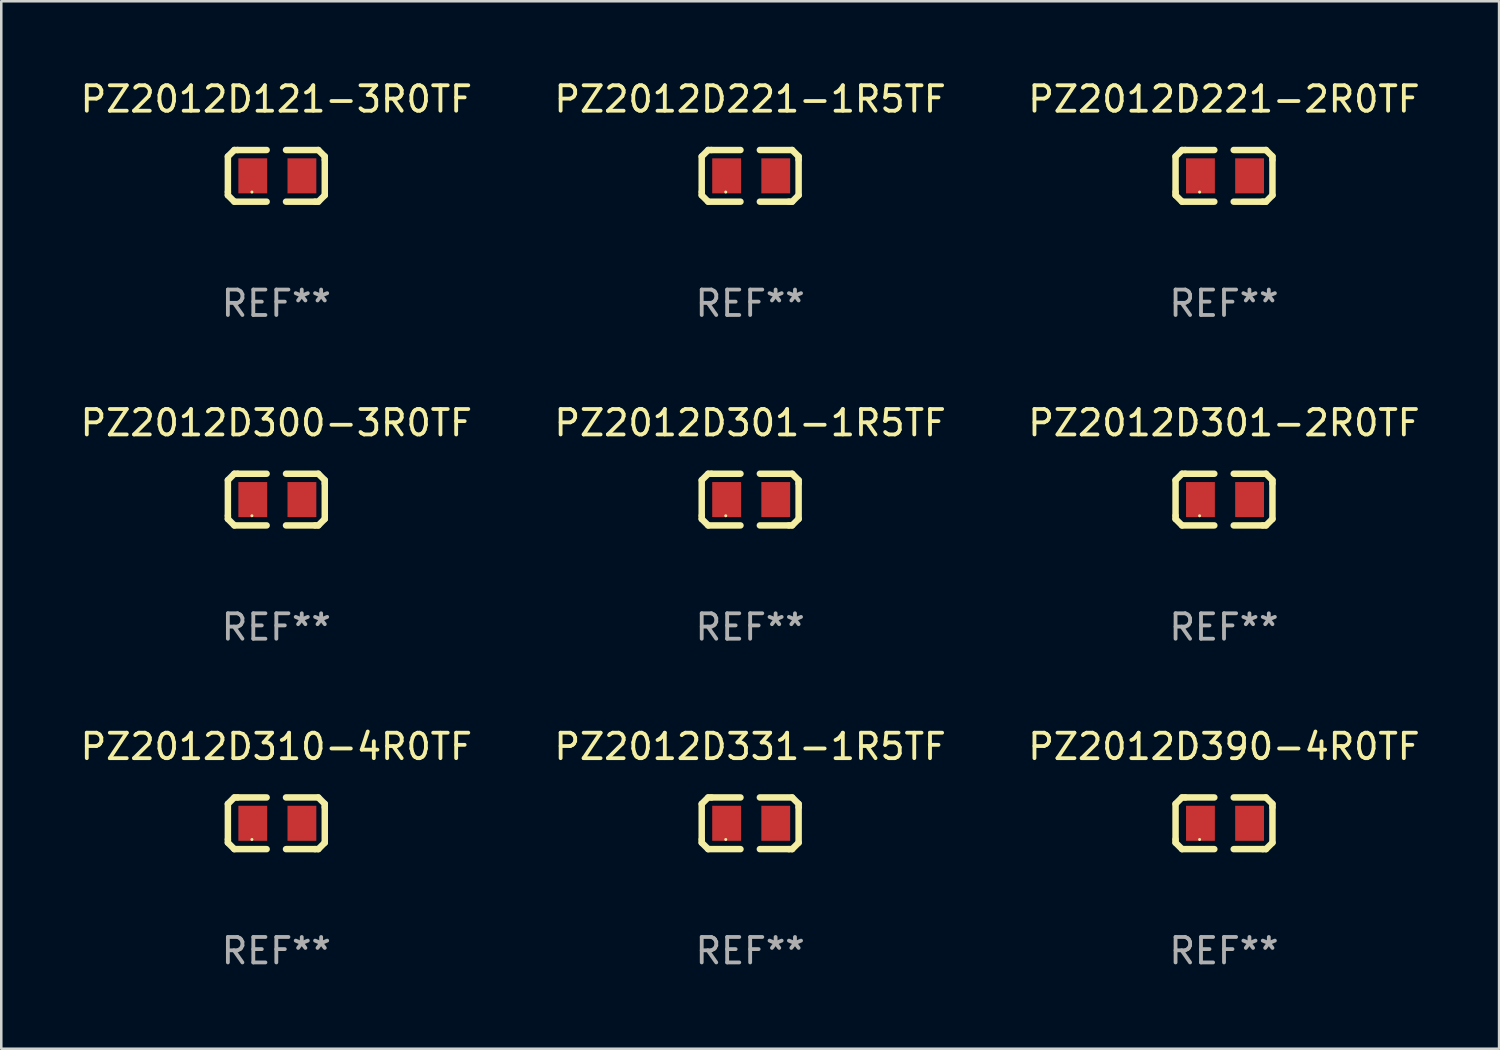
<source format=kicad_pcb>
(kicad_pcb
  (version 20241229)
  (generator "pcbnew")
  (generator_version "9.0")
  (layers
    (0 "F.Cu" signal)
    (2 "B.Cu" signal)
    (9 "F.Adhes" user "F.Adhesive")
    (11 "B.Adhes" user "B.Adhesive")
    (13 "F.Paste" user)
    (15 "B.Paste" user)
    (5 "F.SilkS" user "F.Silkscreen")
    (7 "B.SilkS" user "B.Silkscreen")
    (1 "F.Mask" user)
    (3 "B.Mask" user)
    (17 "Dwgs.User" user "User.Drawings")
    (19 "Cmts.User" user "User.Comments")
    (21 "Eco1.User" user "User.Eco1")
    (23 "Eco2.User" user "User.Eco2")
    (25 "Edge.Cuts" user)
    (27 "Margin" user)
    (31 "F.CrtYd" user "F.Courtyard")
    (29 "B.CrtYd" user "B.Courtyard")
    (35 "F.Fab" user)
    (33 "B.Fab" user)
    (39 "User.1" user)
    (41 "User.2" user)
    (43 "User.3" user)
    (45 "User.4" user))
  (footprint "PZ2012D331-1R5TF"
    (layer "F.Cu")
    (at 26.446 29.321)
    (property "Reference" "PZ2012D331-1R5TF" (at 0 -3.016 0) (layer "F.SilkS") (effects (font (size 1 1) (thickness 0.15))))
    (attr through_hole)
    (fp_line (start -1.905 -0.762) (end -1.905 0.635) (stroke (width 0.254) (type solid)) (layer "F.SilkS"))
    (fp_line (start -1.905 0.635) (end -1.905 0.762) (stroke (width 0.254) (type solid)) (layer "F.SilkS"))
    (fp_line (start -1.905 0.762) (end -1.651 1.016) (stroke (width 0.254) (type solid)) (layer "F.SilkS"))
    (fp_line (start -1.651 -1.016) (end -1.905 -0.762) (stroke (width 0.254) (type solid)) (layer "F.SilkS"))
    (fp_line (start -1.651 1.016) (end -0.381 1.016) (stroke (width 0.254) (type solid)) (layer "F.SilkS"))
    (fp_line (start -1.524 -1.016) (end -1.651 -1.016) (stroke (width 0.254) (type solid)) (layer "F.SilkS"))
    (fp_line (start -0.381 -1.016) (end -1.524 -1.016) (stroke (width 0.254) (type solid)) (layer "F.SilkS"))
    (fp_line (start 0.381 1.016) (end 1.524 1.016) (stroke (width 0.254) (type solid)) (layer "F.SilkS"))
    (fp_line (start 1.524 1.016) (end 1.651 1.016) (stroke (width 0.254) (type solid)) (layer "F.SilkS"))
    (fp_line (start 1.651 -1.016) (end 0.381 -1.016) (stroke (width 0.254) (type solid)) (layer "F.SilkS"))
    (fp_line (start 1.651 1.016) (end 1.905 0.762) (stroke (width 0.254) (type solid)) (layer "F.SilkS"))
    (fp_line (start 1.905 -0.762) (end 1.651 -1.016) (stroke (width 0.254) (type solid)) (layer "F.SilkS"))
    (fp_line (start 1.905 -0.635) (end 1.905 -0.762) (stroke (width 0.254) (type solid)) (layer "F.SilkS"))
    (fp_line (start 1.905 0.762) (end 1.905 -0.635) (stroke (width 0.254) (type solid)) (layer "F.SilkS"))
    (fp_circle (center -0.96 0.637) (end -0.93 0.637) (stroke (width 0.06) (type solid)) (fill no) (layer "F.SilkS"))
    (fp_text user "REF**" (at 0 5.016 0) (layer "F.Fab") (effects (font (size 1 1) (thickness 0.15))))
    (pad "1" smd rect (at -0.926 -0.000051) (size 1.133 1.377) (layers "F.Cu" "F.Mask" "F.Paste"))
    (pad "2" smd rect (at 1.006 -0.000051) (size 1.133 1.377) (layers "F.Cu" "F.Mask" "F.Paste")))
  (footprint "PZ2012D121-3R0TF"
    (layer "F.Cu")
    (at 7.815 3.864)
    (property "Reference" "PZ2012D121-3R0TF" (at 0 -3.016 0) (layer "F.SilkS") (effects (font (size 1 1) (thickness 0.15))))
    (attr through_hole)
    (fp_line (start -1.905 -0.762) (end -1.905 0.635) (stroke (width 0.254) (type solid)) (layer "F.SilkS"))
    (fp_line (start -1.905 0.635) (end -1.905 0.762) (stroke (width 0.254) (type solid)) (layer "F.SilkS"))
    (fp_line (start -1.905 0.762) (end -1.651 1.016) (stroke (width 0.254) (type solid)) (layer "F.SilkS"))
    (fp_line (start -1.651 -1.016) (end -1.905 -0.762) (stroke (width 0.254) (type solid)) (layer "F.SilkS"))
    (fp_line (start -1.651 1.016) (end -0.381 1.016) (stroke (width 0.254) (type solid)) (layer "F.SilkS"))
    (fp_line (start -1.524 -1.016) (end -1.651 -1.016) (stroke (width 0.254) (type solid)) (layer "F.SilkS"))
    (fp_line (start -0.381 -1.016) (end -1.524 -1.016) (stroke (width 0.254) (type solid)) (layer "F.SilkS"))
    (fp_line (start 0.381 1.016) (end 1.524 1.016) (stroke (width 0.254) (type solid)) (layer "F.SilkS"))
    (fp_line (start 1.524 1.016) (end 1.651 1.016) (stroke (width 0.254) (type solid)) (layer "F.SilkS"))
    (fp_line (start 1.651 -1.016) (end 0.381 -1.016) (stroke (width 0.254) (type solid)) (layer "F.SilkS"))
    (fp_line (start 1.651 1.016) (end 1.905 0.762) (stroke (width 0.254) (type solid)) (layer "F.SilkS"))
    (fp_line (start 1.905 -0.762) (end 1.651 -1.016) (stroke (width 0.254) (type solid)) (layer "F.SilkS"))
    (fp_line (start 1.905 -0.635) (end 1.905 -0.762) (stroke (width 0.254) (type solid)) (layer "F.SilkS"))
    (fp_line (start 1.905 0.762) (end 1.905 -0.635) (stroke (width 0.254) (type solid)) (layer "F.SilkS"))
    (fp_circle (center -0.96 0.637) (end -0.93 0.637) (stroke (width 0.06) (type solid)) (fill no) (layer "F.SilkS"))
    (fp_text user "REF**" (at 0 5.016 0) (layer "F.Fab") (effects (font (size 1 1) (thickness 0.15))))
    (pad "1" smd rect (at -0.926 -0.000051) (size 1.133 1.377) (layers "F.Cu" "F.Mask" "F.Paste"))
    (pad "2" smd rect (at 1.006 -0.000051) (size 1.133 1.377) (layers "F.Cu" "F.Mask" "F.Paste")))
  (footprint "PZ2012D310-4R0TF"
    (layer "F.Cu")
    (at 7.815 29.321)
    (property "Reference" "PZ2012D310-4R0TF" (at 0 -3.016 0) (layer "F.SilkS") (effects (font (size 1 1) (thickness 0.15))))
    (attr through_hole)
    (fp_line (start -1.905 -0.762) (end -1.905 0.635) (stroke (width 0.254) (type solid)) (layer "F.SilkS"))
    (fp_line (start -1.905 0.635) (end -1.905 0.762) (stroke (width 0.254) (type solid)) (layer "F.SilkS"))
    (fp_line (start -1.905 0.762) (end -1.651 1.016) (stroke (width 0.254) (type solid)) (layer "F.SilkS"))
    (fp_line (start -1.651 -1.016) (end -1.905 -0.762) (stroke (width 0.254) (type solid)) (layer "F.SilkS"))
    (fp_line (start -1.651 1.016) (end -0.381 1.016) (stroke (width 0.254) (type solid)) (layer "F.SilkS"))
    (fp_line (start -1.524 -1.016) (end -1.651 -1.016) (stroke (width 0.254) (type solid)) (layer "F.SilkS"))
    (fp_line (start -0.381 -1.016) (end -1.524 -1.016) (stroke (width 0.254) (type solid)) (layer "F.SilkS"))
    (fp_line (start 0.381 1.016) (end 1.524 1.016) (stroke (width 0.254) (type solid)) (layer "F.SilkS"))
    (fp_line (start 1.524 1.016) (end 1.651 1.016) (stroke (width 0.254) (type solid)) (layer "F.SilkS"))
    (fp_line (start 1.651 -1.016) (end 0.381 -1.016) (stroke (width 0.254) (type solid)) (layer "F.SilkS"))
    (fp_line (start 1.651 1.016) (end 1.905 0.762) (stroke (width 0.254) (type solid)) (layer "F.SilkS"))
    (fp_line (start 1.905 -0.762) (end 1.651 -1.016) (stroke (width 0.254) (type solid)) (layer "F.SilkS"))
    (fp_line (start 1.905 -0.635) (end 1.905 -0.762) (stroke (width 0.254) (type solid)) (layer "F.SilkS"))
    (fp_line (start 1.905 0.762) (end 1.905 -0.635) (stroke (width 0.254) (type solid)) (layer "F.SilkS"))
    (fp_circle (center -0.96 0.637) (end -0.93 0.637) (stroke (width 0.06) (type solid)) (fill no) (layer "F.SilkS"))
    (fp_text user "REF**" (at 0 5.016 0) (layer "F.Fab") (effects (font (size 1 1) (thickness 0.15))))
    (pad "1" smd rect (at -0.926 -0.000051) (size 1.133 1.377) (layers "F.Cu" "F.Mask" "F.Paste"))
    (pad "2" smd rect (at 1.006 -0.000051) (size 1.133 1.377) (layers "F.Cu" "F.Mask" "F.Paste")))
  (footprint "PZ2012D390-4R0TF"
    (layer "F.Cu")
    (at 45.077 29.321)
    (property "Reference" "PZ2012D390-4R0TF" (at 0 -3.016 0) (layer "F.SilkS") (effects (font (size 1 1) (thickness 0.15))))
    (attr through_hole)
    (fp_line (start -1.905 -0.762) (end -1.905 0.635) (stroke (width 0.254) (type solid)) (layer "F.SilkS"))
    (fp_line (start -1.905 0.635) (end -1.905 0.762) (stroke (width 0.254) (type solid)) (layer "F.SilkS"))
    (fp_line (start -1.905 0.762) (end -1.651 1.016) (stroke (width 0.254) (type solid)) (layer "F.SilkS"))
    (fp_line (start -1.651 -1.016) (end -1.905 -0.762) (stroke (width 0.254) (type solid)) (layer "F.SilkS"))
    (fp_line (start -1.651 1.016) (end -0.381 1.016) (stroke (width 0.254) (type solid)) (layer "F.SilkS"))
    (fp_line (start -1.524 -1.016) (end -1.651 -1.016) (stroke (width 0.254) (type solid)) (layer "F.SilkS"))
    (fp_line (start -0.381 -1.016) (end -1.524 -1.016) (stroke (width 0.254) (type solid)) (layer "F.SilkS"))
    (fp_line (start 0.381 1.016) (end 1.524 1.016) (stroke (width 0.254) (type solid)) (layer "F.SilkS"))
    (fp_line (start 1.524 1.016) (end 1.651 1.016) (stroke (width 0.254) (type solid)) (layer "F.SilkS"))
    (fp_line (start 1.651 -1.016) (end 0.381 -1.016) (stroke (width 0.254) (type solid)) (layer "F.SilkS"))
    (fp_line (start 1.651 1.016) (end 1.905 0.762) (stroke (width 0.254) (type solid)) (layer "F.SilkS"))
    (fp_line (start 1.905 -0.762) (end 1.651 -1.016) (stroke (width 0.254) (type solid)) (layer "F.SilkS"))
    (fp_line (start 1.905 -0.635) (end 1.905 -0.762) (stroke (width 0.254) (type solid)) (layer "F.SilkS"))
    (fp_line (start 1.905 0.762) (end 1.905 -0.635) (stroke (width 0.254) (type solid)) (layer "F.SilkS"))
    (fp_circle (center -0.96 0.637) (end -0.93 0.637) (stroke (width 0.06) (type solid)) (fill no) (layer "F.SilkS"))
    (fp_text user "REF**" (at 0 5.016 0) (layer "F.Fab") (effects (font (size 1 1) (thickness 0.15))))
    (pad "1" smd rect (at -0.926 -0.000051) (size 1.133 1.377) (layers "F.Cu" "F.Mask" "F.Paste"))
    (pad "2" smd rect (at 1.006 -0.000051) (size 1.133 1.377) (layers "F.Cu" "F.Mask" "F.Paste")))
  (footprint "PZ2012D301-2R0TF"
    (layer "F.Cu")
    (at 45.077 16.593)
    (property "Reference" "PZ2012D301-2R0TF" (at 0 -3.016 0) (layer "F.SilkS") (effects (font (size 1 1) (thickness 0.15))))
    (attr through_hole)
    (fp_line (start -1.905 -0.762) (end -1.905 0.635) (stroke (width 0.254) (type solid)) (layer "F.SilkS"))
    (fp_line (start -1.905 0.635) (end -1.905 0.762) (stroke (width 0.254) (type solid)) (layer "F.SilkS"))
    (fp_line (start -1.905 0.762) (end -1.651 1.016) (stroke (width 0.254) (type solid)) (layer "F.SilkS"))
    (fp_line (start -1.651 -1.016) (end -1.905 -0.762) (stroke (width 0.254) (type solid)) (layer "F.SilkS"))
    (fp_line (start -1.651 1.016) (end -0.381 1.016) (stroke (width 0.254) (type solid)) (layer "F.SilkS"))
    (fp_line (start -1.524 -1.016) (end -1.651 -1.016) (stroke (width 0.254) (type solid)) (layer "F.SilkS"))
    (fp_line (start -0.381 -1.016) (end -1.524 -1.016) (stroke (width 0.254) (type solid)) (layer "F.SilkS"))
    (fp_line (start 0.381 1.016) (end 1.524 1.016) (stroke (width 0.254) (type solid)) (layer "F.SilkS"))
    (fp_line (start 1.524 1.016) (end 1.651 1.016) (stroke (width 0.254) (type solid)) (layer "F.SilkS"))
    (fp_line (start 1.651 -1.016) (end 0.381 -1.016) (stroke (width 0.254) (type solid)) (layer "F.SilkS"))
    (fp_line (start 1.651 1.016) (end 1.905 0.762) (stroke (width 0.254) (type solid)) (layer "F.SilkS"))
    (fp_line (start 1.905 -0.762) (end 1.651 -1.016) (stroke (width 0.254) (type solid)) (layer "F.SilkS"))
    (fp_line (start 1.905 -0.635) (end 1.905 -0.762) (stroke (width 0.254) (type solid)) (layer "F.SilkS"))
    (fp_line (start 1.905 0.762) (end 1.905 -0.635) (stroke (width 0.254) (type solid)) (layer "F.SilkS"))
    (fp_circle (center -0.96 0.637) (end -0.93 0.637) (stroke (width 0.06) (type solid)) (fill no) (layer "F.SilkS"))
    (fp_text user "REF**" (at 0 5.016 0) (layer "F.Fab") (effects (font (size 1 1) (thickness 0.15))))
    (pad "1" smd rect (at -0.926 -0.000051) (size 1.133 1.377) (layers "F.Cu" "F.Mask" "F.Paste"))
    (pad "2" smd rect (at 1.006 -0.000051) (size 1.133 1.377) (layers "F.Cu" "F.Mask" "F.Paste")))
  (footprint "PZ2012D300-3R0TF"
    (layer "F.Cu")
    (at 7.815 16.593)
    (property "Reference" "PZ2012D300-3R0TF" (at 0 -3.016 0) (layer "F.SilkS") (effects (font (size 1 1) (thickness 0.15))))
    (attr through_hole)
    (fp_line (start -1.905 -0.762) (end -1.905 0.635) (stroke (width 0.254) (type solid)) (layer "F.SilkS"))
    (fp_line (start -1.905 0.635) (end -1.905 0.762) (stroke (width 0.254) (type solid)) (layer "F.SilkS"))
    (fp_line (start -1.905 0.762) (end -1.651 1.016) (stroke (width 0.254) (type solid)) (layer "F.SilkS"))
    (fp_line (start -1.651 -1.016) (end -1.905 -0.762) (stroke (width 0.254) (type solid)) (layer "F.SilkS"))
    (fp_line (start -1.651 1.016) (end -0.381 1.016) (stroke (width 0.254) (type solid)) (layer "F.SilkS"))
    (fp_line (start -1.524 -1.016) (end -1.651 -1.016) (stroke (width 0.254) (type solid)) (layer "F.SilkS"))
    (fp_line (start -0.381 -1.016) (end -1.524 -1.016) (stroke (width 0.254) (type solid)) (layer "F.SilkS"))
    (fp_line (start 0.381 1.016) (end 1.524 1.016) (stroke (width 0.254) (type solid)) (layer "F.SilkS"))
    (fp_line (start 1.524 1.016) (end 1.651 1.016) (stroke (width 0.254) (type solid)) (layer "F.SilkS"))
    (fp_line (start 1.651 -1.016) (end 0.381 -1.016) (stroke (width 0.254) (type solid)) (layer "F.SilkS"))
    (fp_line (start 1.651 1.016) (end 1.905 0.762) (stroke (width 0.254) (type solid)) (layer "F.SilkS"))
    (fp_line (start 1.905 -0.762) (end 1.651 -1.016) (stroke (width 0.254) (type solid)) (layer "F.SilkS"))
    (fp_line (start 1.905 -0.635) (end 1.905 -0.762) (stroke (width 0.254) (type solid)) (layer "F.SilkS"))
    (fp_line (start 1.905 0.762) (end 1.905 -0.635) (stroke (width 0.254) (type solid)) (layer "F.SilkS"))
    (fp_circle (center -0.96 0.637) (end -0.93 0.637) (stroke (width 0.06) (type solid)) (fill no) (layer "F.SilkS"))
    (fp_text user "REF**" (at 0 5.016 0) (layer "F.Fab") (effects (font (size 1 1) (thickness 0.15))))
    (pad "1" smd rect (at -0.926 -0.000051) (size 1.133 1.377) (layers "F.Cu" "F.Mask" "F.Paste"))
    (pad "2" smd rect (at 1.006 -0.000051) (size 1.133 1.377) (layers "F.Cu" "F.Mask" "F.Paste")))
  (footprint "PZ2012D221-1R5TF"
    (layer "F.Cu")
    (at 26.446 3.864)
    (property "Reference" "PZ2012D221-1R5TF" (at 0 -3.016 0) (layer "F.SilkS") (effects (font (size 1 1) (thickness 0.15))))
    (attr through_hole)
    (fp_line (start -1.905 -0.762) (end -1.905 0.635) (stroke (width 0.254) (type solid)) (layer "F.SilkS"))
    (fp_line (start -1.905 0.635) (end -1.905 0.762) (stroke (width 0.254) (type solid)) (layer "F.SilkS"))
    (fp_line (start -1.905 0.762) (end -1.651 1.016) (stroke (width 0.254) (type solid)) (layer "F.SilkS"))
    (fp_line (start -1.651 -1.016) (end -1.905 -0.762) (stroke (width 0.254) (type solid)) (layer "F.SilkS"))
    (fp_line (start -1.651 1.016) (end -0.381 1.016) (stroke (width 0.254) (type solid)) (layer "F.SilkS"))
    (fp_line (start -1.524 -1.016) (end -1.651 -1.016) (stroke (width 0.254) (type solid)) (layer "F.SilkS"))
    (fp_line (start -0.381 -1.016) (end -1.524 -1.016) (stroke (width 0.254) (type solid)) (layer "F.SilkS"))
    (fp_line (start 0.381 1.016) (end 1.524 1.016) (stroke (width 0.254) (type solid)) (layer "F.SilkS"))
    (fp_line (start 1.524 1.016) (end 1.651 1.016) (stroke (width 0.254) (type solid)) (layer "F.SilkS"))
    (fp_line (start 1.651 -1.016) (end 0.381 -1.016) (stroke (width 0.254) (type solid)) (layer "F.SilkS"))
    (fp_line (start 1.651 1.016) (end 1.905 0.762) (stroke (width 0.254) (type solid)) (layer "F.SilkS"))
    (fp_line (start 1.905 -0.762) (end 1.651 -1.016) (stroke (width 0.254) (type solid)) (layer "F.SilkS"))
    (fp_line (start 1.905 -0.635) (end 1.905 -0.762) (stroke (width 0.254) (type solid)) (layer "F.SilkS"))
    (fp_line (start 1.905 0.762) (end 1.905 -0.635) (stroke (width 0.254) (type solid)) (layer "F.SilkS"))
    (fp_circle (center -0.96 0.637) (end -0.93 0.637) (stroke (width 0.06) (type solid)) (fill no) (layer "F.SilkS"))
    (fp_text user "REF**" (at 0 5.016 0) (layer "F.Fab") (effects (font (size 1 1) (thickness 0.15))))
    (pad "1" smd rect (at -0.926 -0.000051) (size 1.133 1.377) (layers "F.Cu" "F.Mask" "F.Paste"))
    (pad "2" smd rect (at 1.006 -0.000051) (size 1.133 1.377) (layers "F.Cu" "F.Mask" "F.Paste")))
  (footprint "PZ2012D301-1R5TF"
    (layer "F.Cu")
    (at 26.446 16.593)
    (property "Reference" "PZ2012D301-1R5TF" (at 0 -3.016 0) (layer "F.SilkS") (effects (font (size 1 1) (thickness 0.15))))
    (attr through_hole)
    (fp_line (start -1.905 -0.762) (end -1.905 0.635) (stroke (width 0.254) (type solid)) (layer "F.SilkS"))
    (fp_line (start -1.905 0.635) (end -1.905 0.762) (stroke (width 0.254) (type solid)) (layer "F.SilkS"))
    (fp_line (start -1.905 0.762) (end -1.651 1.016) (stroke (width 0.254) (type solid)) (layer "F.SilkS"))
    (fp_line (start -1.651 -1.016) (end -1.905 -0.762) (stroke (width 0.254) (type solid)) (layer "F.SilkS"))
    (fp_line (start -1.651 1.016) (end -0.381 1.016) (stroke (width 0.254) (type solid)) (layer "F.SilkS"))
    (fp_line (start -1.524 -1.016) (end -1.651 -1.016) (stroke (width 0.254) (type solid)) (layer "F.SilkS"))
    (fp_line (start -0.381 -1.016) (end -1.524 -1.016) (stroke (width 0.254) (type solid)) (layer "F.SilkS"))
    (fp_line (start 0.381 1.016) (end 1.524 1.016) (stroke (width 0.254) (type solid)) (layer "F.SilkS"))
    (fp_line (start 1.524 1.016) (end 1.651 1.016) (stroke (width 0.254) (type solid)) (layer "F.SilkS"))
    (fp_line (start 1.651 -1.016) (end 0.381 -1.016) (stroke (width 0.254) (type solid)) (layer "F.SilkS"))
    (fp_line (start 1.651 1.016) (end 1.905 0.762) (stroke (width 0.254) (type solid)) (layer "F.SilkS"))
    (fp_line (start 1.905 -0.762) (end 1.651 -1.016) (stroke (width 0.254) (type solid)) (layer "F.SilkS"))
    (fp_line (start 1.905 -0.635) (end 1.905 -0.762) (stroke (width 0.254) (type solid)) (layer "F.SilkS"))
    (fp_line (start 1.905 0.762) (end 1.905 -0.635) (stroke (width 0.254) (type solid)) (layer "F.SilkS"))
    (fp_circle (center -0.96 0.637) (end -0.93 0.637) (stroke (width 0.06) (type solid)) (fill no) (layer "F.SilkS"))
    (fp_text user "REF**" (at 0 5.016 0) (layer "F.Fab") (effects (font (size 1 1) (thickness 0.15))))
    (pad "1" smd rect (at -0.926 -0.000051) (size 1.133 1.377) (layers "F.Cu" "F.Mask" "F.Paste"))
    (pad "2" smd rect (at 1.006 -0.000051) (size 1.133 1.377) (layers "F.Cu" "F.Mask" "F.Paste")))
  (footprint "PZ2012D221-2R0TF"
    (layer "F.Cu")
    (at 45.077 3.864)
    (property "Reference" "PZ2012D221-2R0TF" (at 0 -3.016 0) (layer "F.SilkS") (effects (font (size 1 1) (thickness 0.15))))
    (attr through_hole)
    (fp_line (start -1.905 -0.762) (end -1.905 0.635) (stroke (width 0.254) (type solid)) (layer "F.SilkS"))
    (fp_line (start -1.905 0.635) (end -1.905 0.762) (stroke (width 0.254) (type solid)) (layer "F.SilkS"))
    (fp_line (start -1.905 0.762) (end -1.651 1.016) (stroke (width 0.254) (type solid)) (layer "F.SilkS"))
    (fp_line (start -1.651 -1.016) (end -1.905 -0.762) (stroke (width 0.254) (type solid)) (layer "F.SilkS"))
    (fp_line (start -1.651 1.016) (end -0.381 1.016) (stroke (width 0.254) (type solid)) (layer "F.SilkS"))
    (fp_line (start -1.524 -1.016) (end -1.651 -1.016) (stroke (width 0.254) (type solid)) (layer "F.SilkS"))
    (fp_line (start -0.381 -1.016) (end -1.524 -1.016) (stroke (width 0.254) (type solid)) (layer "F.SilkS"))
    (fp_line (start 0.381 1.016) (end 1.524 1.016) (stroke (width 0.254) (type solid)) (layer "F.SilkS"))
    (fp_line (start 1.524 1.016) (end 1.651 1.016) (stroke (width 0.254) (type solid)) (layer "F.SilkS"))
    (fp_line (start 1.651 -1.016) (end 0.381 -1.016) (stroke (width 0.254) (type solid)) (layer "F.SilkS"))
    (fp_line (start 1.651 1.016) (end 1.905 0.762) (stroke (width 0.254) (type solid)) (layer "F.SilkS"))
    (fp_line (start 1.905 -0.762) (end 1.651 -1.016) (stroke (width 0.254) (type solid)) (layer "F.SilkS"))
    (fp_line (start 1.905 -0.635) (end 1.905 -0.762) (stroke (width 0.254) (type solid)) (layer "F.SilkS"))
    (fp_line (start 1.905 0.762) (end 1.905 -0.635) (stroke (width 0.254) (type solid)) (layer "F.SilkS"))
    (fp_circle (center -0.96 0.637) (end -0.93 0.637) (stroke (width 0.06) (type solid)) (fill no) (layer "F.SilkS"))
    (fp_text user "REF**" (at 0 5.016 0) (layer "F.Fab") (effects (font (size 1 1) (thickness 0.15))))
    (pad "1" smd rect (at -0.926 -0.000051) (size 1.133 1.377) (layers "F.Cu" "F.Mask" "F.Paste"))
    (pad "2" smd rect (at 1.006 -0.000051) (size 1.133 1.377) (layers "F.Cu" "F.Mask" "F.Paste")))
  (gr_rect
    (start -3 -3)
    (end 55.893 38.186)
    (stroke (width 0.1) (type default))
    (fill no)
    (layer "Edge.Cuts")))
</source>
